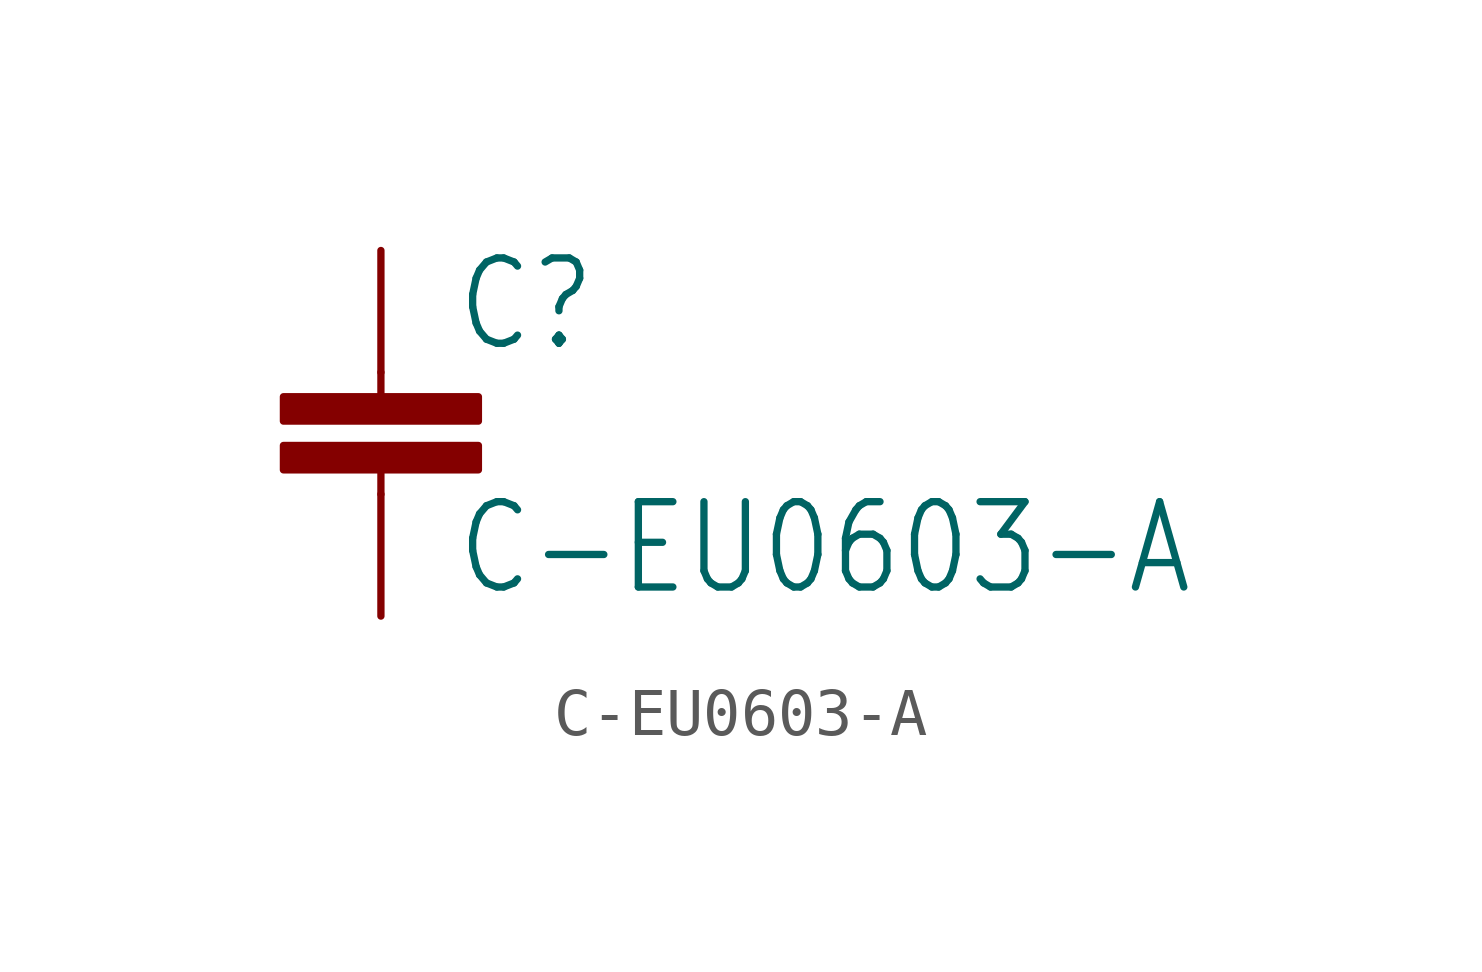
<source format=kicad_sym>
(kicad_symbol_lib
  (version 20211014)
  (generator kicad_symbol_editor)
  (symbol "C-EU0603-A"
    (property "Reference" "C"
      (at 1.524 0.381 0)
      (effects (font (size 1.778 1.511)) (justify left bottom)))
    (property "Value" "C-EU0603-A"
      (at 1.524 -4.699 0)
      (effects (font (size 1.778 1.511)) (justify left bottom)))
    (property "ki_locked" ""
      (at 0 0 0)
      (effects (font (size 1.27 1.27))))
    (symbol "C-EU0603-A_1_0"
      (rectangle (start -2.032 -2.032) (end 2.032 -1.524) (stroke (width 0) (type default) (color 0 0 0 0)) (fill (type outline)))
      (rectangle (start -2.032 -1.016) (end 2.032 -0.508) (stroke (width 0) (type default) (color 0 0 0 0)) (fill (type outline)))
      (polyline (pts (xy 0 -2.54) (xy 0 -2.032)) (stroke (width 0.152) (type default) (color 0 0 0 0)) (fill (type none)))
      (polyline (pts (xy 0 0) (xy 0 -0.508)) (stroke (width 0.152) (type default) (color 0 0 0 0)) (fill (type none)))
      (pin passive line (at 0 2.54 270) (length 2.54) (name "1" (effects (font (size 0 0)))) (number "1" (effects (font (size 0 0)))))
      (pin passive line (at 0 -5.08 90) (length 2.54) (name "2" (effects (font (size 0 0)))) (number "2" (effects (font (size 0 0))))))))
</source>
